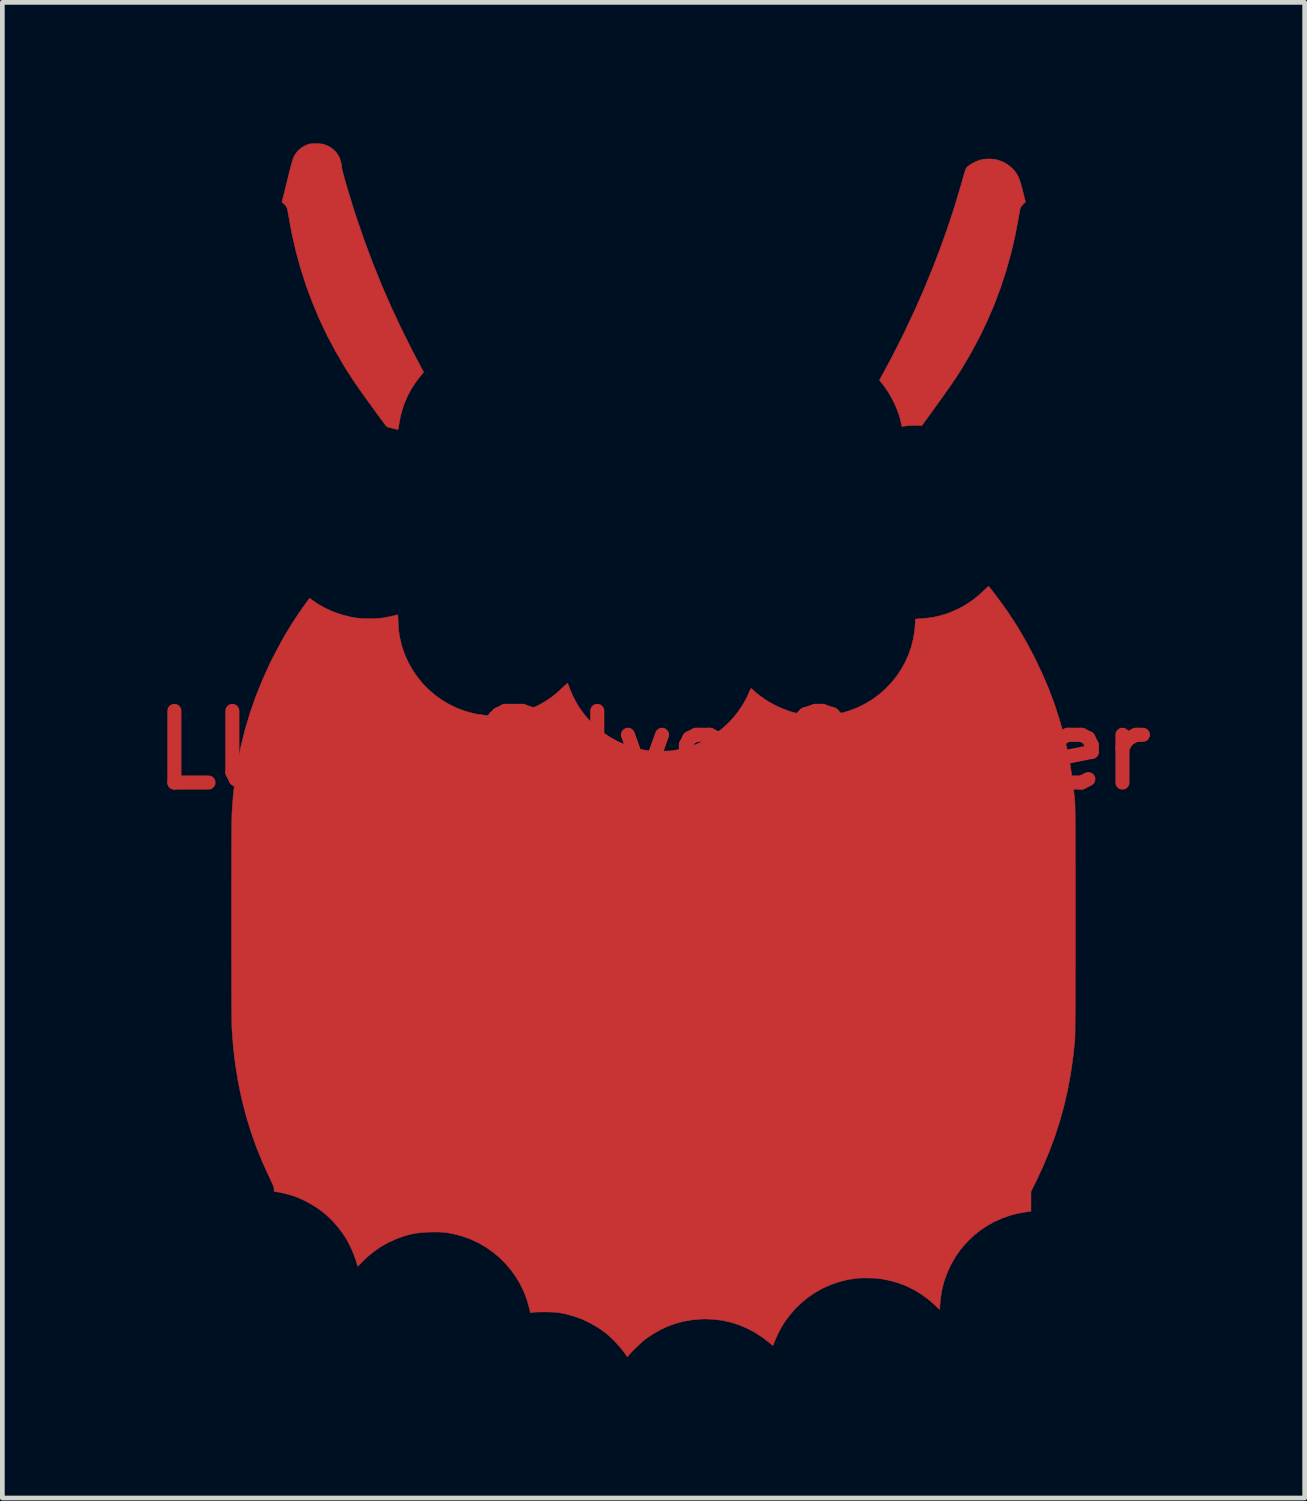
<source format=kicad_pcb>
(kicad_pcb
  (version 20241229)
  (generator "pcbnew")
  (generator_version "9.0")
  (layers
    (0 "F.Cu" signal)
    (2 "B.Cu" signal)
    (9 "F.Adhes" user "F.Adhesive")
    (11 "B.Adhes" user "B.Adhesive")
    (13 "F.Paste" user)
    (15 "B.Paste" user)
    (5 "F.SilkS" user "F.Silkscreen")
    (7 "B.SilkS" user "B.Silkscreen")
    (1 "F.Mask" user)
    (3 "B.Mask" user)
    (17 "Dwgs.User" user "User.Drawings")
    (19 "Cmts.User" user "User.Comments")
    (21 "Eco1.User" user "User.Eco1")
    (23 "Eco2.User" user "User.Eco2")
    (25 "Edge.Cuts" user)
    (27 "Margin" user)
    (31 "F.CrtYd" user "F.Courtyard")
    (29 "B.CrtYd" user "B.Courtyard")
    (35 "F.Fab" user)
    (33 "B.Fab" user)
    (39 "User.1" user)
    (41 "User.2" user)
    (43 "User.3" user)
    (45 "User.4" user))
  (footprint "LlamaSilverCopper"
    (layer "F.Cu")
    (at 10.857 12.913)
    (property "Reference" "LlamaSilverCopper" (at 0 0 0) (layer "F.Cu") (effects (font (size 1.524 1.524) (thickness 0.3))))
    (attr through_hole)
    (fp_poly (pts (xy 7.179 -12.58) (xy 7.252 -12.574) (xy 7.309 -12.562) (xy 7.407 -12.53) (xy 7.494 -12.488) (xy 7.573 -12.433) (xy 7.625 -12.388) (xy 7.663 -12.349) (xy 7.696 -12.311) (xy 7.725 -12.27) (xy 7.75 -12.225) (xy 7.774 -12.174) (xy 7.796 -12.114) (xy 7.818 -12.043) (xy 7.841 -11.96) (xy 7.859 -11.889) (xy 7.915 -11.664) (xy 7.865 -11.615) (xy 7.839 -11.587) (xy 7.818 -11.559) (xy 7.806 -11.538) (xy 7.805 -11.536) (xy 7.801 -11.518) (xy 7.794 -11.487) (xy 7.787 -11.446) (xy 7.778 -11.398) (xy 7.77 -11.35) (xy 7.698 -10.966) (xy 7.611 -10.59) (xy 7.509 -10.222) (xy 7.392 -9.86) (xy 7.26 -9.505) (xy 7.111 -9.156) (xy 6.947 -8.812) (xy 6.767 -8.473) (xy 6.571 -8.139) (xy 6.557 -8.117) (xy 6.52 -8.058) (xy 6.481 -7.997) (xy 6.439 -7.932) (xy 6.392 -7.863) (xy 6.341 -7.788) (xy 6.284 -7.706) (xy 6.22 -7.616) (xy 6.149 -7.515) (xy 6.069 -7.404) (xy 5.992 -7.297) (xy 5.709 -6.904) (xy 5.633 -6.91) (xy 5.588 -6.911) (xy 5.531 -6.911) (xy 5.469 -6.908) (xy 5.404 -6.903) (xy 5.344 -6.896) (xy 5.319 -6.893) (xy 5.286 -6.888) (xy 5.27 -6.963) (xy 5.237 -7.094) (xy 5.19 -7.23) (xy 5.132 -7.367) (xy 5.064 -7.502) (xy 4.988 -7.631) (xy 4.905 -7.751) (xy 4.868 -7.799) (xy 4.808 -7.874) (xy 4.843 -7.938) (xy 4.918 -8.076) (xy 4.99 -8.209) (xy 5.059 -8.339) (xy 5.127 -8.471) (xy 5.197 -8.608) (xy 5.27 -8.753) (xy 5.347 -8.91) (xy 5.354 -8.925) (xy 5.554 -9.349) (xy 5.746 -9.784) (xy 5.929 -10.228) (xy 6.102 -10.677) (xy 6.263 -11.129) (xy 6.411 -11.58) (xy 6.545 -12.028) (xy 6.559 -12.078) (xy 6.581 -12.156) (xy 6.599 -12.22) (xy 6.614 -12.271) (xy 6.626 -12.311) (xy 6.636 -12.341) (xy 6.645 -12.364) (xy 6.653 -12.381) (xy 6.661 -12.394) (xy 6.67 -12.404) (xy 6.681 -12.413) (xy 6.693 -12.423) (xy 6.703 -12.431) (xy 6.77 -12.478) (xy 6.848 -12.519) (xy 6.928 -12.551) (xy 6.962 -12.561) (xy 7.027 -12.574) (xy 7.102 -12.58) (xy 7.179 -12.58)) (stroke (width 0.01) (type solid)) (fill yes) (layer "F.Cu"))
    (fp_poly (pts (xy -7.126 -12.906) (xy -7.07 -12.901) (xy -7.023 -12.893) (xy -7.011 -12.89) (xy -6.938 -12.862) (xy -6.874 -12.827) (xy -6.814 -12.78) (xy -6.787 -12.755) (xy -6.748 -12.713) (xy -6.72 -12.676) (xy -6.697 -12.636) (xy -6.692 -12.628) (xy -6.674 -12.582) (xy -6.657 -12.529) (xy -6.644 -12.476) (xy -6.637 -12.429) (xy -6.636 -12.407) (xy -6.633 -12.386) (xy -6.626 -12.351) (xy -6.614 -12.302) (xy -6.598 -12.242) (xy -6.579 -12.171) (xy -6.556 -12.092) (xy -6.531 -12.004) (xy -6.503 -11.911) (xy -6.474 -11.814) (xy -6.443 -11.713) (xy -6.411 -11.61) (xy -6.379 -11.507) (xy -6.346 -11.405) (xy -6.314 -11.306) (xy -6.297 -11.257) (xy -6.135 -10.791) (xy -5.962 -10.332) (xy -5.778 -9.878) (xy -5.581 -9.426) (xy -5.37 -8.975) (xy -5.145 -8.523) (xy -4.933 -8.12) (xy -4.892 -8.043) (xy -4.945 -7.98) (xy -5.06 -7.832) (xy -5.16 -7.676) (xy -5.245 -7.513) (xy -5.315 -7.344) (xy -5.369 -7.169) (xy -5.408 -6.99) (xy -5.408 -6.99) (xy -5.414 -6.947) (xy -5.42 -6.907) (xy -5.425 -6.875) (xy -5.427 -6.856) (xy -5.432 -6.833) (xy -5.442 -6.825) (xy -5.455 -6.826) (xy -5.481 -6.831) (xy -5.515 -6.839) (xy -5.552 -6.848) (xy -5.592 -6.859) (xy -5.628 -6.868) (xy -5.655 -6.875) (xy -5.668 -6.879) (xy -5.677 -6.887) (xy -5.694 -6.907) (xy -5.719 -6.939) (xy -5.751 -6.981) (xy -5.788 -7.031) (xy -5.831 -7.089) (xy -5.879 -7.153) (xy -5.929 -7.221) (xy -5.981 -7.294) (xy -6.035 -7.368) (xy -6.09 -7.444) (xy -6.144 -7.519) (xy -6.196 -7.592) (xy -6.246 -7.663) (xy -6.293 -7.73) (xy -6.335 -7.791) (xy -6.37 -7.842) (xy -6.578 -8.165) (xy -6.772 -8.497) (xy -6.951 -8.835) (xy -7.114 -9.181) (xy -7.262 -9.534) (xy -7.395 -9.894) (xy -7.512 -10.259) (xy -7.613 -10.63) (xy -7.699 -11.007) (xy -7.766 -11.375) (xy -7.775 -11.426) (xy -7.784 -11.473) (xy -7.793 -11.512) (xy -7.801 -11.541) (xy -7.805 -11.551) (xy -7.821 -11.576) (xy -7.845 -11.605) (xy -7.865 -11.624) (xy -7.907 -11.662) (xy -7.796 -12.111) (xy -7.77 -12.215) (xy -7.746 -12.31) (xy -7.725 -12.394) (xy -7.705 -12.466) (xy -7.689 -12.525) (xy -7.676 -12.571) (xy -7.666 -12.602) (xy -7.661 -12.613) (xy -7.615 -12.694) (xy -7.557 -12.764) (xy -7.487 -12.823) (xy -7.407 -12.868) (xy -7.339 -12.894) (xy -7.297 -12.902) (xy -7.245 -12.907) (xy -7.186 -12.908) (xy -7.126 -12.906)) (stroke (width 0.01) (type solid)) (fill yes) (layer "F.Cu"))
    (fp_poly (pts (xy 7.135 -3.481) (xy 7.151 -3.462) (xy 7.174 -3.434) (xy 7.203 -3.398) (xy 7.236 -3.355) (xy 7.272 -3.307) (xy 7.31 -3.257) (xy 7.348 -3.207) (xy 7.385 -3.157) (xy 7.419 -3.11) (xy 7.427 -3.099) (xy 7.576 -2.885) (xy 7.715 -2.672) (xy 7.846 -2.454) (xy 7.973 -2.229) (xy 8.097 -1.992) (xy 8.12 -1.947) (xy 8.272 -1.626) (xy 8.409 -1.305) (xy 8.531 -0.982) (xy 8.637 -0.655) (xy 8.73 -0.323) (xy 8.809 0.014) (xy 8.874 0.36) (xy 8.926 0.714) (xy 8.961 1.033) (xy 8.962 1.05) (xy 8.963 1.067) (xy 8.965 1.086) (xy 8.966 1.107) (xy 8.967 1.131) (xy 8.968 1.157) (xy 8.969 1.187) (xy 8.97 1.222) (xy 8.971 1.261) (xy 8.972 1.306) (xy 8.972 1.358) (xy 8.973 1.416) (xy 8.973 1.481) (xy 8.974 1.555) (xy 8.974 1.637) (xy 8.975 1.729) (xy 8.975 1.83) (xy 8.975 1.942) (xy 8.975 2.065) (xy 8.975 2.2) (xy 8.976 2.347) (xy 8.976 2.507) (xy 8.976 2.681) (xy 8.976 2.869) (xy 8.976 3.072) (xy 8.976 3.29) (xy 8.976 3.524) (xy 8.976 3.623) (xy 8.976 3.874) (xy 8.976 4.11) (xy 8.976 4.329) (xy 8.976 4.533) (xy 8.976 4.722) (xy 8.975 4.897) (xy 8.975 5.058) (xy 8.975 5.206) (xy 8.974 5.341) (xy 8.974 5.464) (xy 8.974 5.575) (xy 8.973 5.675) (xy 8.973 5.764) (xy 8.972 5.843) (xy 8.971 5.913) (xy 8.971 5.973) (xy 8.97 6.025) (xy 8.969 6.069) (xy 8.968 6.105) (xy 8.967 6.134) (xy 8.966 6.157) (xy 8.965 6.174) (xy 8.965 6.174) (xy 8.927 6.535) (xy 8.877 6.885) (xy 8.814 7.226) (xy 8.737 7.561) (xy 8.647 7.89) (xy 8.542 8.214) (xy 8.423 8.536) (xy 8.288 8.858) (xy 8.138 9.18) (xy 8.133 9.19) (xy 8.032 9.395) (xy 8.032 9.814) (xy 7.919 9.829) (xy 7.757 9.857) (xy 7.592 9.9) (xy 7.43 9.956) (xy 7.274 10.025) (xy 7.232 10.045) (xy 7.09 10.126) (xy 6.959 10.213) (xy 6.836 10.311) (xy 6.716 10.422) (xy 6.711 10.427) (xy 6.604 10.541) (xy 6.511 10.656) (xy 6.428 10.777) (xy 6.352 10.907) (xy 6.315 10.978) (xy 6.238 11.15) (xy 6.178 11.323) (xy 6.134 11.499) (xy 6.106 11.679) (xy 6.096 11.801) (xy 6.094 11.839) (xy 6.092 11.871) (xy 6.089 11.892) (xy 6.087 11.9) (xy 6.08 11.895) (xy 6.063 11.879) (xy 6.038 11.857) (xy 6.009 11.828) (xy 5.997 11.817) (xy 5.856 11.693) (xy 5.705 11.582) (xy 5.546 11.485) (xy 5.38 11.403) (xy 5.206 11.337) (xy 5.028 11.286) (xy 4.844 11.251) (xy 4.799 11.245) (xy 4.741 11.239) (xy 4.671 11.235) (xy 4.594 11.233) (xy 4.515 11.232) (xy 4.439 11.233) (xy 4.37 11.236) (xy 4.313 11.24) (xy 4.312 11.24) (xy 4.127 11.269) (xy 3.947 11.314) (xy 3.772 11.374) (xy 3.604 11.449) (xy 3.444 11.539) (xy 3.291 11.642) (xy 3.148 11.759) (xy 3.014 11.888) (xy 2.892 12.03) (xy 2.791 12.168) (xy 2.745 12.241) (xy 2.698 12.324) (xy 2.652 12.413) (xy 2.611 12.5) (xy 2.577 12.58) (xy 2.577 12.582) (xy 2.563 12.616) (xy 2.552 12.645) (xy 2.544 12.664) (xy 2.542 12.669) (xy 2.535 12.666) (xy 2.518 12.653) (xy 2.493 12.633) (xy 2.47 12.613) (xy 2.317 12.495) (xy 2.158 12.392) (xy 1.992 12.304) (xy 1.822 12.232) (xy 1.647 12.176) (xy 1.467 12.136) (xy 1.285 12.112) (xy 1.099 12.105) (xy 1.028 12.106) (xy 0.837 12.122) (xy 0.651 12.153) (xy 0.472 12.2) (xy 0.298 12.263) (xy 0.13 12.342) (xy -0.033 12.437) (xy -0.173 12.534) (xy -0.21 12.564) (xy -0.255 12.603) (xy -0.305 12.649) (xy -0.357 12.698) (xy -0.408 12.747) (xy -0.455 12.795) (xy -0.494 12.837) (xy -0.522 12.869) (xy -0.556 12.91) (xy -0.597 12.852) (xy -0.66 12.768) (xy -0.732 12.682) (xy -0.809 12.597) (xy -0.889 12.517) (xy -0.967 12.445) (xy -1.024 12.398) (xy -1.181 12.287) (xy -1.344 12.192) (xy -1.514 12.112) (xy -1.691 12.047) (xy -1.875 11.997) (xy -2.01 11.971) (xy -2.053 11.966) (xy -2.11 11.961) (xy -2.176 11.958) (xy -2.248 11.956) (xy -2.322 11.955) (xy -2.395 11.955) (xy -2.463 11.957) (xy -2.522 11.959) (xy -2.553 11.962) (xy -2.621 11.969) (xy -2.64 11.886) (xy -2.69 11.707) (xy -2.754 11.534) (xy -2.833 11.369) (xy -2.926 11.213) (xy -3.031 11.065) (xy -3.148 10.927) (xy -3.276 10.799) (xy -3.415 10.683) (xy -3.564 10.579) (xy -3.721 10.487) (xy -3.886 10.41) (xy -4.059 10.347) (xy -4.191 10.31) (xy -4.269 10.292) (xy -4.338 10.278) (xy -4.404 10.268) (xy -4.471 10.261) (xy -4.543 10.256) (xy -4.624 10.254) (xy -4.689 10.254) (xy -4.84 10.258) (xy -4.98 10.27) (xy -5.112 10.29) (xy -5.24 10.32) (xy -5.369 10.361) (xy -5.467 10.398) (xy -5.636 10.474) (xy -5.795 10.562) (xy -5.945 10.665) (xy -6.087 10.781) (xy -6.193 10.882) (xy -6.296 10.986) (xy -6.306 10.95) (xy -6.332 10.858) (xy -6.368 10.758) (xy -6.41 10.654) (xy -6.457 10.552) (xy -6.506 10.456) (xy -6.546 10.385) (xy -6.626 10.265) (xy -6.719 10.145) (xy -6.819 10.03) (xy -6.924 9.926) (xy -6.991 9.867) (xy -7.096 9.785) (xy -7.213 9.706) (xy -7.337 9.633) (xy -7.463 9.568) (xy -7.587 9.514) (xy -7.622 9.501) (xy -7.685 9.479) (xy -7.757 9.458) (xy -7.832 9.438) (xy -7.906 9.42) (xy -7.972 9.407) (xy -8.001 9.402) (xy -8.075 9.391) (xy -8.075 9.344) (xy -8.075 9.327) (xy -8.078 9.31) (xy -8.083 9.291) (xy -8.091 9.267) (xy -8.105 9.236) (xy -8.123 9.196) (xy -8.149 9.143) (xy -8.158 9.123) (xy -8.312 8.789) (xy -8.449 8.452) (xy -8.57 8.11) (xy -8.676 7.763) (xy -8.765 7.412) (xy -8.839 7.055) (xy -8.898 6.691) (xy -8.942 6.321) (xy -8.97 5.944) (xy -8.972 5.908) (xy -8.973 5.881) (xy -8.973 5.839) (xy -8.974 5.781) (xy -8.975 5.71) (xy -8.976 5.625) (xy -8.976 5.527) (xy -8.977 5.419) (xy -8.977 5.299) (xy -8.978 5.17) (xy -8.978 5.033) (xy -8.979 4.887) (xy -8.979 4.735) (xy -8.979 4.577) (xy -8.98 4.413) (xy -8.98 4.246) (xy -8.98 4.075) (xy -8.98 3.902) (xy -8.98 3.728) (xy -8.98 3.553) (xy -8.98 3.378) (xy -8.98 3.205) (xy -8.98 3.034) (xy -8.98 2.867) (xy -8.979 2.703) (xy -8.979 2.544) (xy -8.979 2.392) (xy -8.978 2.246) (xy -8.978 2.107) (xy -8.977 1.978) (xy -8.977 1.858) (xy -8.976 1.748) (xy -8.976 1.65) (xy -8.975 1.564) (xy -8.974 1.492) (xy -8.973 1.433) (xy -8.972 1.39) (xy -8.972 1.363) (xy -8.946 0.987) (xy -8.905 0.616) (xy -8.847 0.251) (xy -8.774 -0.109) (xy -8.684 -0.465) (xy -8.578 -0.816) (xy -8.456 -1.162) (xy -8.317 -1.505) (xy -8.162 -1.845) (xy -8.116 -1.938) (xy -7.98 -2.2) (xy -7.842 -2.448) (xy -7.697 -2.686) (xy -7.545 -2.918) (xy -7.382 -3.148) (xy -7.374 -3.159) (xy -7.319 -3.233) (xy -7.284 -3.207) (xy -7.134 -3.104) (xy -6.975 -3.015) (xy -6.806 -2.94) (xy -6.63 -2.88) (xy -6.447 -2.834) (xy -6.331 -2.813) (xy -6.27 -2.806) (xy -6.197 -2.801) (xy -6.115 -2.798) (xy -6.031 -2.797) (xy -5.947 -2.799) (xy -5.868 -2.802) (xy -5.799 -2.808) (xy -5.764 -2.813) (xy -5.725 -2.819) (xy -5.678 -2.828) (xy -5.627 -2.839) (xy -5.577 -2.849) (xy -5.529 -2.86) (xy -5.49 -2.87) (xy -5.461 -2.878) (xy -5.451 -2.881) (xy -5.446 -2.881) (xy -5.442 -2.875) (xy -5.44 -2.861) (xy -5.438 -2.836) (xy -5.437 -2.799) (xy -5.436 -2.753) (xy -5.426 -2.57) (xy -5.399 -2.389) (xy -5.355 -2.212) (xy -5.295 -2.037) (xy -5.226 -1.883) (xy -5.137 -1.72) (xy -5.035 -1.568) (xy -4.921 -1.426) (xy -4.794 -1.296) (xy -4.658 -1.177) (xy -4.511 -1.071) (xy -4.356 -0.978) (xy -4.192 -0.898) (xy -4.022 -0.834) (xy -3.845 -0.784) (xy -3.735 -0.762) (xy -3.55 -0.738) (xy -3.366 -0.731) (xy -3.183 -0.741) (xy -3.001 -0.766) (xy -2.823 -0.809) (xy -2.648 -0.867) (xy -2.479 -0.941) (xy -2.431 -0.965) (xy -2.313 -1.031) (xy -2.203 -1.103) (xy -2.097 -1.184) (xy -1.992 -1.276) (xy -1.928 -1.336) (xy -1.887 -1.375) (xy -1.856 -1.403) (xy -1.835 -1.418) (xy -1.825 -1.422) (xy -1.825 -1.421) (xy -1.778 -1.295) (xy -1.725 -1.172) (xy -1.667 -1.055) (xy -1.607 -0.949) (xy -1.585 -0.914) (xy -1.477 -0.764) (xy -1.357 -0.625) (xy -1.225 -0.497) (xy -1.083 -0.381) (xy -0.932 -0.279) (xy -0.772 -0.19) (xy -0.605 -0.116) (xy -0.496 -0.077) (xy -0.391 -0.045) (xy -0.292 -0.02) (xy -0.195 -0.002) (xy -0.097 0.011) (xy 0.009 0.018) (xy 0.125 0.02) (xy 0.157 0.02) (xy 0.225 0.02) (xy 0.28 0.019) (xy 0.325 0.017) (xy 0.364 0.015) (xy 0.4 0.011) (xy 0.437 0.005) (xy 0.479 -0.002) (xy 0.482 -0.002) (xy 0.67 -0.044) (xy 0.849 -0.101) (xy 1.019 -0.172) (xy 1.182 -0.258) (xy 1.336 -0.359) (xy 1.482 -0.475) (xy 1.604 -0.588) (xy 1.707 -0.701) (xy 1.804 -0.824) (xy 1.891 -0.953) (xy 1.968 -1.086) (xy 2.03 -1.218) (xy 2.04 -1.242) (xy 2.054 -1.273) (xy 2.066 -1.297) (xy 2.075 -1.31) (xy 2.078 -1.312) (xy 2.089 -1.306) (xy 2.106 -1.292) (xy 2.116 -1.282) (xy 2.17 -1.231) (xy 2.236 -1.177) (xy 2.312 -1.121) (xy 2.395 -1.065) (xy 2.482 -1.012) (xy 2.569 -0.964) (xy 2.598 -0.949) (xy 2.757 -0.877) (xy 2.913 -0.82) (xy 3.071 -0.778) (xy 3.233 -0.751) (xy 3.402 -0.736) (xy 3.508 -0.734) (xy 3.646 -0.737) (xy 3.774 -0.747) (xy 3.897 -0.766) (xy 4.021 -0.795) (xy 4.151 -0.833) (xy 4.168 -0.839) (xy 4.338 -0.904) (xy 4.5 -0.984) (xy 4.654 -1.076) (xy 4.797 -1.182) (xy 4.931 -1.298) (xy 5.054 -1.426) (xy 5.166 -1.563) (xy 5.265 -1.71) (xy 5.352 -1.864) (xy 5.425 -2.026) (xy 5.484 -2.193) (xy 5.528 -2.366) (xy 5.557 -2.544) (xy 5.568 -2.675) (xy 5.573 -2.789) (xy 5.705 -2.799) (xy 5.844 -2.812) (xy 5.972 -2.832) (xy 6.093 -2.859) (xy 6.212 -2.894) (xy 6.334 -2.939) (xy 6.341 -2.942) (xy 6.501 -3.014) (xy 6.652 -3.098) (xy 6.796 -3.195) (xy 6.935 -3.308) (xy 7.03 -3.396) (xy 7.062 -3.427) (xy 7.091 -3.454) (xy 7.113 -3.474) (xy 7.126 -3.485) (xy 7.128 -3.487) (xy 7.135 -3.481)) (stroke (width 0.01) (type solid)) (fill yes) (layer "F.Cu")))
  (gr_rect
    (start -3 -3)
    (end 24.713 28.828)
    (stroke (width 0.1) (type default))
    (fill no)
    (layer "Edge.Cuts")))
</source>
